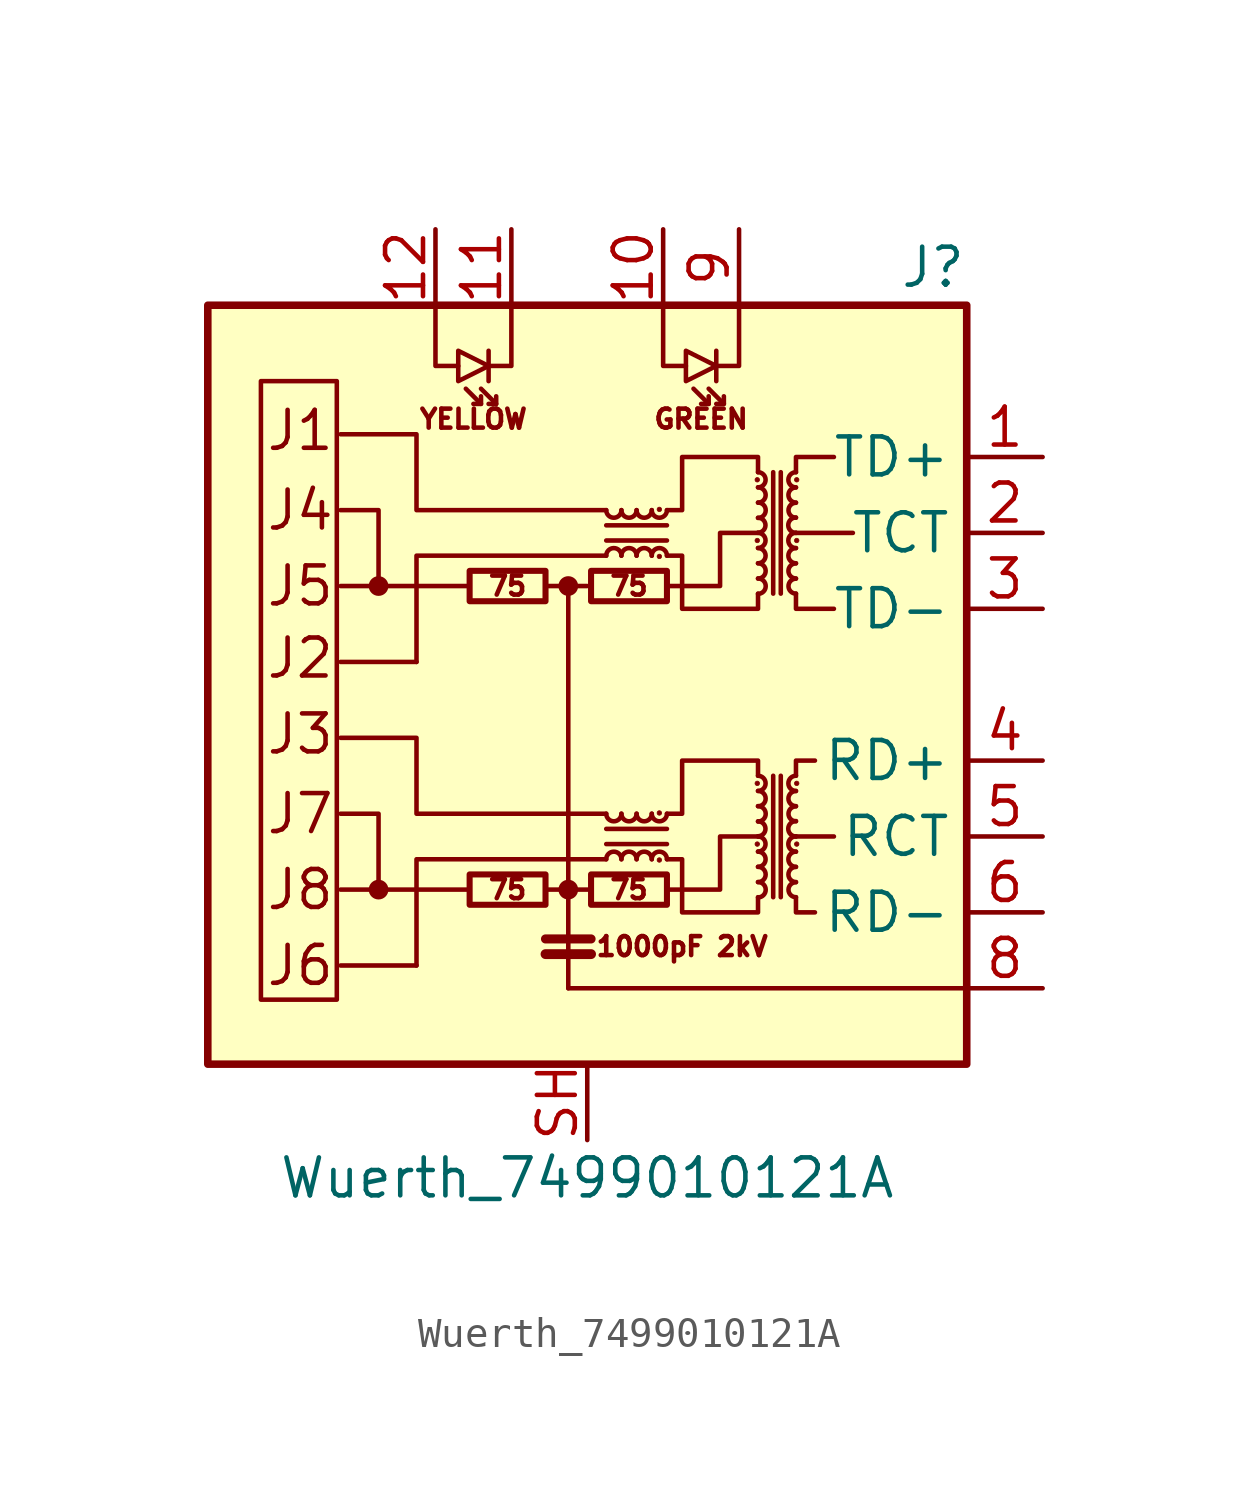
<source format=kicad_sym>
(kicad_symbol_lib
  (version 20211014)
  (generator kicad_symbol_editor)
  (symbol "Wuerth_7499010121A"
    (property "Reference" "J"
      (at 12.7 13.97 0)
      (effects (font (size 1.27 1.27)) (justify right)))
    (property "Value" "Wuerth_7499010121A"
      (at 0 -16.51 0)
      (effects (font (size 1.27 1.27))))
    (symbol "Wuerth_7499010121A_0_0"
      (rectangle (start -12.7 12.7) (end 12.7 -12.7) (stroke (width 0.254) (type default) (color 0 0 0 0)) (fill (type background)))
      (polyline (pts (xy -3.937 -6.858) (xy -8.255 -6.858)) (stroke (width 0) (type default) (color 0 0 0 0)) (fill (type none)))
      (polyline (pts (xy -3.937 3.302) (xy -8.255 3.302)) (stroke (width 0) (type default) (color 0 0 0 0)) (fill (type none)))
      (polyline (pts (xy -0.635 -10.16) (xy 12.7 -10.16)) (stroke (width 0) (type default) (color 0 0 0 0)) (fill (type none)))
      (polyline (pts (xy 8.255 -5.08) (xy 6.985 -5.08)) (stroke (width 0) (type default) (color 0 0 0 0)) (fill (type none)))
      (polyline (pts (xy 8.89 5.08) (xy 6.985 5.08)) (stroke (width 0) (type default) (color 0 0 0 0)) (fill (type none)))
      (polyline (pts (xy 0.635 -4.318) (xy -5.715 -4.318) (xy -5.715 -1.778) (xy -8.255 -1.778)) (stroke (width 0) (type default) (color 0 0 0 0)) (fill (type none)))
      (polyline (pts (xy 0.635 5.842) (xy -5.715 5.842) (xy -5.715 8.382) (xy -8.255 8.382)) (stroke (width 0) (type default) (color 0 0 0 0)) (fill (type none)))
      (polyline (pts (xy 2.667 -6.858) (xy 4.445 -6.858) (xy 4.445 -5.08) (xy 5.715 -5.08)) (stroke (width 0) (type default) (color 0 0 0 0)) (fill (type none)))
      (polyline (pts (xy 2.667 3.302) (xy 4.445 3.302) (xy 4.445 5.08) (xy 5.715 5.08)) (stroke (width 0) (type default) (color 0 0 0 0)) (fill (type none)))
      (text "1000pF 2kV" (at 3.175 -8.763 0) (effects (font (size 0.635 0.635))))
      (text "75" (at -2.667 -6.858 0) (effects (font (size 0.635 0.635))))
      (text "75" (at -2.667 3.302 0) (effects (font (size 0.635 0.635))))
      (text "75" (at 1.397 -6.858 0) (effects (font (size 0.635 0.635))))
      (text "75" (at 1.397 3.302 0) (effects (font (size 0.635 0.635))))
      (text "GREEN" (at 3.81 8.89 0) (effects (font (size 0.635 0.635))))
      (text "J1" (at -10.795 8.509 0) (effects (font (size 1.27 1.27)) (justify left)))
      (text "J2" (at -10.795 0.889 0) (effects (font (size 1.27 1.27)) (justify left)))
      (text "J3" (at -10.795 -1.651 0) (effects (font (size 1.27 1.27)) (justify left)))
      (text "J4" (at -10.795 5.842 0) (effects (font (size 1.27 1.27)) (justify left)))
      (text "J5" (at -10.795 3.302 0) (effects (font (size 1.27 1.27)) (justify left)))
      (text "J6" (at -10.795 -9.398 0) (effects (font (size 1.27 1.27)) (justify left)))
      (text "J7" (at -10.795 -4.318 0) (effects (font (size 1.27 1.27)) (justify left)))
      (text "J8" (at -10.795 -6.858 0) (effects (font (size 1.27 1.27)) (justify left)))
      (text "YELLOW" (at -3.81 8.89 0) (effects (font (size 0.635 0.635)))))
    (symbol "Wuerth_7499010121A_0_1"
      (rectangle (start -8.382 -10.541) (end -10.922 10.16) (stroke (width 0) (type default) (color 0 0 0 0)) (fill (type none)))
      (circle (center -6.985 -6.858) (radius 0.254) (stroke (width 0) (type default) (color 0 0 0 0)) (fill (type outline)))
      (circle (center -6.985 3.302) (radius 0.254) (stroke (width 0) (type default) (color 0 0 0 0)) (fill (type outline)))
      (rectangle (start -3.937 -7.366) (end -1.397 -6.35) (stroke (width 0.203) (type default) (color 0 0 0 0)) (fill (type none)))
      (rectangle (start -3.937 2.794) (end -1.397 3.81) (stroke (width 0.203) (type default) (color 0 0 0 0)) (fill (type none)))
      (circle (center -0.635 -6.858) (radius 0.254) (stroke (width 0) (type default) (color 0 0 0 0)) (fill (type outline)))
      (circle (center -0.635 3.302) (radius 0.254) (stroke (width 0) (type default) (color 0 0 0 0)) (fill (type outline)))
      (polyline (pts (xy -5.715 -9.398) (xy -8.255 -9.398)) (stroke (width 0) (type default) (color 0 0 0 0)) (fill (type none)))
      (polyline (pts (xy -5.715 0.762) (xy -8.255 0.762)) (stroke (width 0) (type default) (color 0 0 0 0)) (fill (type none)))
      (polyline (pts (xy -3.556 9.398) (xy -4.064 9.906)) (stroke (width 0) (type default) (color 0 0 0 0)) (fill (type none)))
      (polyline (pts (xy -3.302 11.176) (xy -3.302 10.16)) (stroke (width 0) (type default) (color 0 0 0 0)) (fill (type none)))
      (polyline (pts (xy -3.048 9.398) (xy -3.556 9.906)) (stroke (width 0) (type default) (color 0 0 0 0)) (fill (type none)))
      (polyline (pts (xy -1.397 -9.017) (xy 0.127 -9.017)) (stroke (width 0.33) (type default) (color 0 0 0 0)) (fill (type none)))
      (polyline (pts (xy -1.397 -8.509) (xy 0.127 -8.509)) (stroke (width 0.305) (type default) (color 0 0 0 0)) (fill (type none)))
      (polyline (pts (xy -0.635 3.302) (xy -1.397 3.302)) (stroke (width 0) (type default) (color 0 0 0 0)) (fill (type none)))
      (polyline (pts (xy 0.127 -6.858) (xy -1.397 -6.858)) (stroke (width 0) (type default) (color 0 0 0 0)) (fill (type none)))
      (polyline (pts (xy 0.635 -5.334) (xy 2.667 -5.334)) (stroke (width 0) (type default) (color 0 0 0 0)) (fill (type none)))
      (polyline (pts (xy 0.635 4.826) (xy 2.667 4.826)) (stroke (width 0) (type default) (color 0 0 0 0)) (fill (type none)))
      (polyline (pts (xy 2.667 -4.826) (xy 0.635 -4.826)) (stroke (width 0) (type default) (color 0 0 0 0)) (fill (type none)))
      (polyline (pts (xy 2.667 5.334) (xy 0.635 5.334)) (stroke (width 0) (type default) (color 0 0 0 0)) (fill (type none)))
      (polyline (pts (xy 4.064 9.398) (xy 3.556 9.906)) (stroke (width 0) (type default) (color 0 0 0 0)) (fill (type none)))
      (polyline (pts (xy 4.318 11.176) (xy 4.318 10.16)) (stroke (width 0) (type default) (color 0 0 0 0)) (fill (type none)))
      (polyline (pts (xy 4.572 9.398) (xy 4.064 9.906)) (stroke (width 0) (type default) (color 0 0 0 0)) (fill (type none)))
      (polyline (pts (xy 6.223 -3.048) (xy 6.223 -7.112)) (stroke (width 0) (type default) (color 0 0 0 0)) (fill (type none)))
      (polyline (pts (xy 6.223 7.112) (xy 6.223 3.048)) (stroke (width 0) (type default) (color 0 0 0 0)) (fill (type none)))
      (polyline (pts (xy 6.477 -7.112) (xy 6.477 -3.048)) (stroke (width 0) (type default) (color 0 0 0 0)) (fill (type none)))
      (polyline (pts (xy 6.477 3.048) (xy 6.477 7.112)) (stroke (width 0) (type default) (color 0 0 0 0)) (fill (type none)))
      (polyline (pts (xy -6.985 -6.858) (xy -6.985 -4.318) (xy -8.255 -4.318)) (stroke (width 0) (type default) (color 0 0 0 0)) (fill (type none)))
      (polyline (pts (xy -6.985 3.302) (xy -6.985 5.842) (xy -8.255 5.842)) (stroke (width 0) (type default) (color 0 0 0 0)) (fill (type none)))
      (polyline (pts (xy -5.08 12.7) (xy -5.08 10.668) (xy -4.318 10.668)) (stroke (width 0) (type default) (color 0 0 0 0)) (fill (type none)))
      (polyline (pts (xy -3.556 9.652) (xy -3.556 9.398) (xy -3.81 9.398)) (stroke (width 0) (type default) (color 0 0 0 0)) (fill (type none)))
      (polyline (pts (xy -3.048 9.652) (xy -3.048 9.398) (xy -3.302 9.398)) (stroke (width 0) (type default) (color 0 0 0 0)) (fill (type none)))
      (polyline (pts (xy -2.54 12.7) (xy -2.54 10.668) (xy -3.302 10.668)) (stroke (width 0) (type default) (color 0 0 0 0)) (fill (type none)))
      (polyline (pts (xy -0.635 -10.16) (xy -0.635 3.302) (xy 0 3.302)) (stroke (width 0) (type default) (color 0 0 0 0)) (fill (type none)))
      (polyline (pts (xy 0.635 -5.842) (xy -5.715 -5.842) (xy -5.715 -9.398)) (stroke (width 0) (type default) (color 0 0 0 0)) (fill (type none)))
      (polyline (pts (xy 0.635 4.318) (xy -5.715 4.318) (xy -5.715 0.762)) (stroke (width 0) (type default) (color 0 0 0 0)) (fill (type none)))
      (polyline (pts (xy 2.54 12.7) (xy 2.54 10.668) (xy 3.302 10.668)) (stroke (width 0) (type default) (color 0 0 0 0)) (fill (type none)))
      (polyline (pts (xy 4.064 9.652) (xy 4.064 9.398) (xy 3.81 9.398)) (stroke (width 0) (type default) (color 0 0 0 0)) (fill (type none)))
      (polyline (pts (xy 4.572 9.652) (xy 4.572 9.398) (xy 4.318 9.398)) (stroke (width 0) (type default) (color 0 0 0 0)) (fill (type none)))
      (polyline (pts (xy 5.08 12.7) (xy 5.08 10.668) (xy 4.318 10.668)) (stroke (width 0) (type default) (color 0 0 0 0)) (fill (type none)))
      (polyline (pts (xy 6.985 -7.112) (xy 6.985 -7.62) (xy 7.62 -7.62)) (stroke (width 0) (type default) (color 0 0 0 0)) (fill (type none)))
      (polyline (pts (xy 6.985 -3.048) (xy 6.985 -2.54) (xy 7.62 -2.54)) (stroke (width 0) (type default) (color 0 0 0 0)) (fill (type none)))
      (polyline (pts (xy 6.985 3.048) (xy 6.985 2.54) (xy 8.255 2.54)) (stroke (width 0) (type default) (color 0 0 0 0)) (fill (type none)))
      (polyline (pts (xy 6.985 7.112) (xy 6.985 7.62) (xy 8.255 7.62)) (stroke (width 0) (type default) (color 0 0 0 0)) (fill (type none)))
      (polyline (pts (xy -3.302 10.668) (xy -4.318 11.176) (xy -4.318 10.16) (xy -3.302 10.668)) (stroke (width 0) (type default) (color 0 0 0 0)) (fill (type none)))
      (polyline (pts (xy 4.318 10.668) (xy 3.302 11.176) (xy 3.302 10.16) (xy 4.318 10.668)) (stroke (width 0) (type default) (color 0 0 0 0)) (fill (type none)))
      (polyline (pts (xy 2.667 -4.318) (xy 3.175 -4.318) (xy 3.175 -2.54) (xy 5.715 -2.54) (xy 5.715 -3.048)) (stroke (width 0) (type default) (color 0 0 0 0)) (fill (type none)))
      (polyline (pts (xy 2.667 5.842) (xy 3.175 5.842) (xy 3.175 7.62) (xy 5.715 7.62) (xy 5.715 7.112)) (stroke (width 0) (type default) (color 0 0 0 0)) (fill (type none)))
      (polyline (pts (xy 5.715 -7.112) (xy 5.715 -7.62) (xy 3.175 -7.62) (xy 3.175 -5.842) (xy 2.667 -5.842)) (stroke (width 0) (type default) (color 0 0 0 0)) (fill (type none)))
      (polyline (pts (xy 5.715 3.048) (xy 5.715 2.54) (xy 3.175 2.54) (xy 3.175 4.318) (xy 2.667 4.318)) (stroke (width 0) (type default) (color 0 0 0 0)) (fill (type none)))
      (rectangle (start 0.127 -7.366) (end 2.667 -6.35) (stroke (width 0.203) (type default) (color 0 0 0 0)) (fill (type none)))
      (rectangle (start 0.127 2.794) (end 2.667 3.81) (stroke (width 0.203) (type default) (color 0 0 0 0)) (fill (type none)))
      (arc (start 0.635 -4.318) (mid 0.889 -4.572) (end 1.143 -4.318) (stroke (width 0) (type default) (color 0 0 0 0)) (fill (type none)))
      (arc (start 0.635 5.842) (mid 0.889 5.588) (end 1.143 5.842) (stroke (width 0) (type default) (color 0 0 0 0)) (fill (type none)))
      (arc (start 1.143 -5.842) (mid 0.889 -5.588) (end 0.635 -5.842) (stroke (width 0) (type default) (color 0 0 0 0)) (fill (type none)))
      (arc (start 1.143 -4.318) (mid 1.397 -4.572) (end 1.651 -4.318) (stroke (width 0) (type default) (color 0 0 0 0)) (fill (type none)))
      (arc (start 1.143 4.318) (mid 0.889 4.572) (end 0.635 4.318) (stroke (width 0) (type default) (color 0 0 0 0)) (fill (type none)))
      (arc (start 1.143 5.842) (mid 1.397 5.588) (end 1.651 5.842) (stroke (width 0) (type default) (color 0 0 0 0)) (fill (type none)))
      (arc (start 1.651 -5.842) (mid 1.397 -5.588) (end 1.143 -5.842) (stroke (width 0) (type default) (color 0 0 0 0)) (fill (type none)))
      (arc (start 1.651 -4.318) (mid 1.905 -4.572) (end 2.159 -4.318) (stroke (width 0) (type default) (color 0 0 0 0)) (fill (type none)))
      (arc (start 1.651 4.318) (mid 1.397 4.572) (end 1.143 4.318) (stroke (width 0) (type default) (color 0 0 0 0)) (fill (type none)))
      (arc (start 1.651 5.842) (mid 1.905 5.588) (end 2.159 5.842) (stroke (width 0) (type default) (color 0 0 0 0)) (fill (type none)))
      (arc (start 2.159 -5.842) (mid 1.905 -5.588) (end 1.651 -5.842) (stroke (width 0) (type default) (color 0 0 0 0)) (fill (type none)))
      (arc (start 2.159 -4.318) (mid 2.413 -4.572) (end 2.667 -4.318) (stroke (width 0) (type default) (color 0 0 0 0)) (fill (type none)))
      (arc (start 2.159 4.318) (mid 1.905 4.572) (end 1.651 4.318) (stroke (width 0) (type default) (color 0 0 0 0)) (fill (type none)))
      (arc (start 2.159 5.842) (mid 2.413 5.588) (end 2.667 5.842) (stroke (width 0) (type default) (color 0 0 0 0)) (fill (type none)))
      (circle (center 2.413 -5.867) (radius 0.076) (stroke (width 0.025) (type default) (color 0 0 0 0)) (fill (type outline)))
      (circle (center 2.413 -4.293) (radius 0.076) (stroke (width 0.025) (type default) (color 0 0 0 0)) (fill (type outline)))
      (circle (center 2.413 4.293) (radius 0.076) (stroke (width 0.025) (type default) (color 0 0 0 0)) (fill (type outline)))
      (circle (center 2.413 5.867) (radius 0.076) (stroke (width 0.025) (type default) (color 0 0 0 0)) (fill (type outline)))
      (arc (start 2.667 -5.842) (mid 2.413 -5.588) (end 2.159 -5.842) (stroke (width 0) (type default) (color 0 0 0 0)) (fill (type none)))
      (arc (start 2.667 4.318) (mid 2.413 4.572) (end 2.159 4.318) (stroke (width 0) (type default) (color 0 0 0 0)) (fill (type none)))
      (circle (center 5.69 -5.334) (radius 0.076) (stroke (width 0.025) (type default) (color 0 0 0 0)) (fill (type outline)))
      (circle (center 5.69 -3.302) (radius 0.076) (stroke (width 0.025) (type default) (color 0 0 0 0)) (fill (type outline)))
      (circle (center 5.69 4.826) (radius 0.076) (stroke (width 0.025) (type default) (color 0 0 0 0)) (fill (type outline)))
      (circle (center 5.69 6.858) (radius 0.076) (stroke (width 0.025) (type default) (color 0 0 0 0)) (fill (type outline)))
      (arc (start 5.715 -7.112) (mid 5.969 -6.858) (end 5.715 -6.604) (stroke (width 0) (type default) (color 0 0 0 0)) (fill (type none)))
      (arc (start 5.715 -6.604) (mid 5.969 -6.35) (end 5.715 -6.096) (stroke (width 0) (type default) (color 0 0 0 0)) (fill (type none)))
      (arc (start 5.715 -6.096) (mid 5.969 -5.842) (end 5.715 -5.588) (stroke (width 0) (type default) (color 0 0 0 0)) (fill (type none)))
      (arc (start 5.715 -5.588) (mid 5.969 -5.334) (end 5.715 -5.08) (stroke (width 0) (type default) (color 0 0 0 0)) (fill (type none)))
      (arc (start 5.715 -5.08) (mid 5.969 -4.826) (end 5.715 -4.572) (stroke (width 0) (type default) (color 0 0 0 0)) (fill (type none)))
      (arc (start 5.715 -4.572) (mid 5.969 -4.318) (end 5.715 -4.064) (stroke (width 0) (type default) (color 0 0 0 0)) (fill (type none)))
      (arc (start 5.715 -4.064) (mid 5.969 -3.81) (end 5.715 -3.556) (stroke (width 0) (type default) (color 0 0 0 0)) (fill (type none)))
      (arc (start 5.715 -3.556) (mid 5.969 -3.302) (end 5.715 -3.048) (stroke (width 0) (type default) (color 0 0 0 0)) (fill (type none)))
      (arc (start 5.715 3.048) (mid 5.969 3.302) (end 5.715 3.556) (stroke (width 0) (type default) (color 0 0 0 0)) (fill (type none)))
      (arc (start 5.715 3.556) (mid 5.969 3.81) (end 5.715 4.064) (stroke (width 0) (type default) (color 0 0 0 0)) (fill (type none)))
      (arc (start 5.715 4.064) (mid 5.969 4.318) (end 5.715 4.572) (stroke (width 0) (type default) (color 0 0 0 0)) (fill (type none)))
      (arc (start 5.715 4.572) (mid 5.969 4.826) (end 5.715 5.08) (stroke (width 0) (type default) (color 0 0 0 0)) (fill (type none)))
      (arc (start 5.715 5.08) (mid 5.969 5.334) (end 5.715 5.588) (stroke (width 0) (type default) (color 0 0 0 0)) (fill (type none)))
      (arc (start 5.715 5.588) (mid 5.969 5.842) (end 5.715 6.096) (stroke (width 0) (type default) (color 0 0 0 0)) (fill (type none)))
      (arc (start 5.715 6.096) (mid 5.969 6.35) (end 5.715 6.604) (stroke (width 0) (type default) (color 0 0 0 0)) (fill (type none)))
      (arc (start 5.715 6.604) (mid 5.969 6.858) (end 5.715 7.112) (stroke (width 0) (type default) (color 0 0 0 0)) (fill (type none)))
      (arc (start 6.985 -6.604) (mid 6.731 -6.858) (end 6.985 -7.112) (stroke (width 0) (type default) (color 0 0 0 0)) (fill (type none)))
      (arc (start 6.985 -6.096) (mid 6.731 -6.35) (end 6.985 -6.604) (stroke (width 0) (type default) (color 0 0 0 0)) (fill (type none)))
      (arc (start 6.985 -5.588) (mid 6.731 -5.842) (end 6.985 -6.096) (stroke (width 0) (type default) (color 0 0 0 0)) (fill (type none)))
      (arc (start 6.985 -5.08) (mid 6.731 -5.334) (end 6.985 -5.588) (stroke (width 0) (type default) (color 0 0 0 0)) (fill (type none)))
      (arc (start 6.985 -4.572) (mid 6.731 -4.826) (end 6.985 -5.08) (stroke (width 0) (type default) (color 0 0 0 0)) (fill (type none)))
      (arc (start 6.985 -4.064) (mid 6.731 -4.318) (end 6.985 -4.572) (stroke (width 0) (type default) (color 0 0 0 0)) (fill (type none)))
      (arc (start 6.985 -3.556) (mid 6.731 -3.81) (end 6.985 -4.064) (stroke (width 0) (type default) (color 0 0 0 0)) (fill (type none)))
      (arc (start 6.985 -3.048) (mid 6.731 -3.302) (end 6.985 -3.556) (stroke (width 0) (type default) (color 0 0 0 0)) (fill (type none)))
      (arc (start 6.985 3.556) (mid 6.731 3.302) (end 6.985 3.048) (stroke (width 0) (type default) (color 0 0 0 0)) (fill (type none)))
      (arc (start 6.985 4.064) (mid 6.731 3.81) (end 6.985 3.556) (stroke (width 0) (type default) (color 0 0 0 0)) (fill (type none)))
      (arc (start 6.985 4.572) (mid 6.731 4.318) (end 6.985 4.064) (stroke (width 0) (type default) (color 0 0 0 0)) (fill (type none)))
      (arc (start 6.985 5.08) (mid 6.731 4.826) (end 6.985 4.572) (stroke (width 0) (type default) (color 0 0 0 0)) (fill (type none)))
      (arc (start 6.985 5.588) (mid 6.731 5.334) (end 6.985 5.08) (stroke (width 0) (type default) (color 0 0 0 0)) (fill (type none)))
      (arc (start 6.985 6.096) (mid 6.731 5.842) (end 6.985 5.588) (stroke (width 0) (type default) (color 0 0 0 0)) (fill (type none)))
      (arc (start 6.985 6.604) (mid 6.731 6.35) (end 6.985 6.096) (stroke (width 0) (type default) (color 0 0 0 0)) (fill (type none)))
      (arc (start 6.985 7.112) (mid 6.731 6.858) (end 6.985 6.604) (stroke (width 0) (type default) (color 0 0 0 0)) (fill (type none)))
      (circle (center 7.01 -5.334) (radius 0.076) (stroke (width 0.025) (type default) (color 0 0 0 0)) (fill (type outline)))
      (circle (center 7.01 -3.302) (radius 0.076) (stroke (width 0.025) (type default) (color 0 0 0 0)) (fill (type outline)))
      (circle (center 7.01 4.826) (radius 0.076) (stroke (width 0.025) (type default) (color 0 0 0 0)) (fill (type outline)))
      (circle (center 7.01 6.858) (radius 0.076) (stroke (width 0.025) (type default) (color 0 0 0 0)) (fill (type outline))))
    (symbol "Wuerth_7499010121A_1_1"
      (pin passive line (at 15.24 7.62 180) (length 2.54) (name "TD+" (effects (font (size 1.27 1.27)))) (number "1" (effects (font (size 1.27 1.27)))))
      (pin passive line (at 2.54 15.24 270) (length 2.54) (name "~" (effects (font (size 1.27 1.27)))) (number "10" (effects (font (size 1.27 1.27)))))
      (pin passive line (at -2.54 15.24 270) (length 2.54) (name "~" (effects (font (size 1.27 1.27)))) (number "11" (effects (font (size 1.27 1.27)))))
      (pin passive line (at -5.08 15.24 270) (length 2.54) (name "~" (effects (font (size 1.27 1.27)))) (number "12" (effects (font (size 1.27 1.27)))))
      (pin passive line (at 15.24 5.08 180) (length 2.54) (name "TCT" (effects (font (size 1.27 1.27)))) (number "2" (effects (font (size 1.27 1.27)))))
      (pin passive line (at 15.24 2.54 180) (length 2.54) (name "TD-" (effects (font (size 1.27 1.27)))) (number "3" (effects (font (size 1.27 1.27)))))
      (pin passive line (at 15.24 -2.54 180) (length 2.54) (name "RD+" (effects (font (size 1.27 1.27)))) (number "4" (effects (font (size 1.27 1.27)))))
      (pin passive line (at 15.24 -5.08 180) (length 2.54) (name "RCT" (effects (font (size 1.27 1.27)))) (number "5" (effects (font (size 1.27 1.27)))))
      (pin passive line (at 15.24 -7.62 180) (length 2.54) (name "RD-" (effects (font (size 1.27 1.27)))) (number "6" (effects (font (size 1.27 1.27)))))
      (pin passive line (at 15.24 -10.16 180) (length 2.54) (name "~" (effects (font (size 1.27 1.27)))) (number "8" (effects (font (size 1.27 1.27)))))
      (pin passive line (at 5.08 15.24 270) (length 2.54) (name "~" (effects (font (size 1.27 1.27)))) (number "9" (effects (font (size 1.27 1.27)))))
      (pin passive line (at 0 -15.24 90) (length 2.54) (name "~" (effects (font (size 1.27 1.27)))) (number "SH" (effects (font (size 1.27 1.27))))))))
</source>
